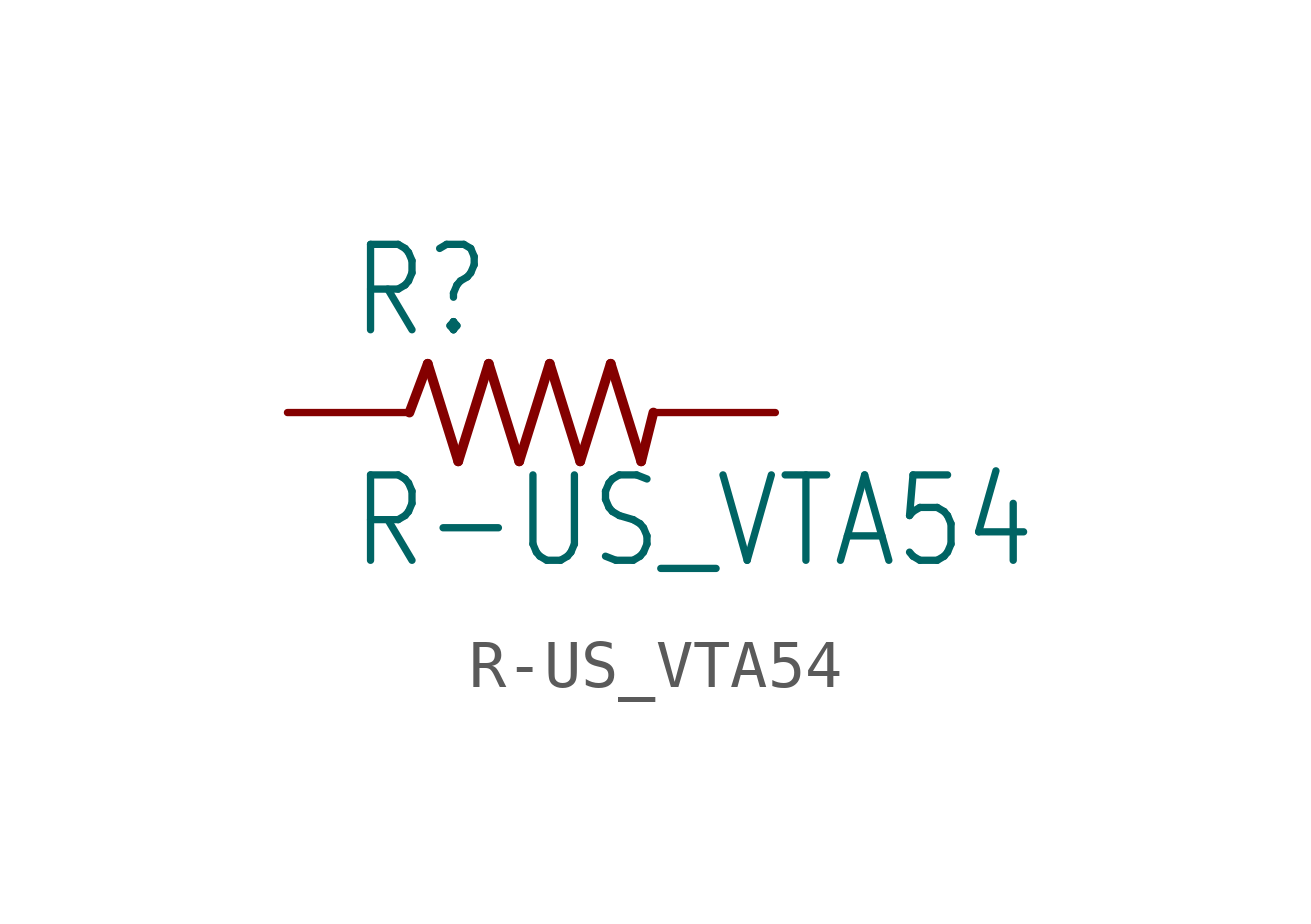
<source format=kicad_sym>
(kicad_symbol_lib
  (version 20211014)
  (generator kicad_symbol_editor)
  (symbol "R-US_VTA54"
    (property "Reference" "R"
      (at -3.81 1.499 0)
      (effects (font (size 1.778 1.511)) (justify left bottom)))
    (property "Value" "R-US_VTA54"
      (at -3.81 -3.302 0)
      (effects (font (size 1.778 1.511)) (justify left bottom)))
    (property "ki_locked" ""
      (at 0 0 0)
      (effects (font (size 1.27 1.27))))
    (symbol "R-US_VTA54_1_0"
      (polyline (pts (xy -2.54 0) (xy -2.159 1.016)) (stroke (width 0.203) (type default) (color 0 0 0 0)) (fill (type none)))
      (polyline (pts (xy -2.159 1.016) (xy -1.524 -1.016)) (stroke (width 0.203) (type default) (color 0 0 0 0)) (fill (type none)))
      (polyline (pts (xy -1.524 -1.016) (xy -0.889 1.016)) (stroke (width 0.203) (type default) (color 0 0 0 0)) (fill (type none)))
      (polyline (pts (xy -0.889 1.016) (xy -0.254 -1.016)) (stroke (width 0.203) (type default) (color 0 0 0 0)) (fill (type none)))
      (polyline (pts (xy -0.254 -1.016) (xy 0.381 1.016)) (stroke (width 0.203) (type default) (color 0 0 0 0)) (fill (type none)))
      (polyline (pts (xy 0.381 1.016) (xy 1.016 -1.016)) (stroke (width 0.203) (type default) (color 0 0 0 0)) (fill (type none)))
      (polyline (pts (xy 1.016 -1.016) (xy 1.651 1.016)) (stroke (width 0.203) (type default) (color 0 0 0 0)) (fill (type none)))
      (polyline (pts (xy 1.651 1.016) (xy 2.286 -1.016)) (stroke (width 0.203) (type default) (color 0 0 0 0)) (fill (type none)))
      (polyline (pts (xy 2.286 -1.016) (xy 2.54 0)) (stroke (width 0.203) (type default) (color 0 0 0 0)) (fill (type none)))
      (pin passive line (at -5.08 0 0) (length 2.54) (name "1" (effects (font (size 0 0)))) (number "1" (effects (font (size 0 0)))))
      (pin passive line (at 5.08 0 180) (length 2.54) (name "2" (effects (font (size 0 0)))) (number "2" (effects (font (size 0 0))))))))
</source>
